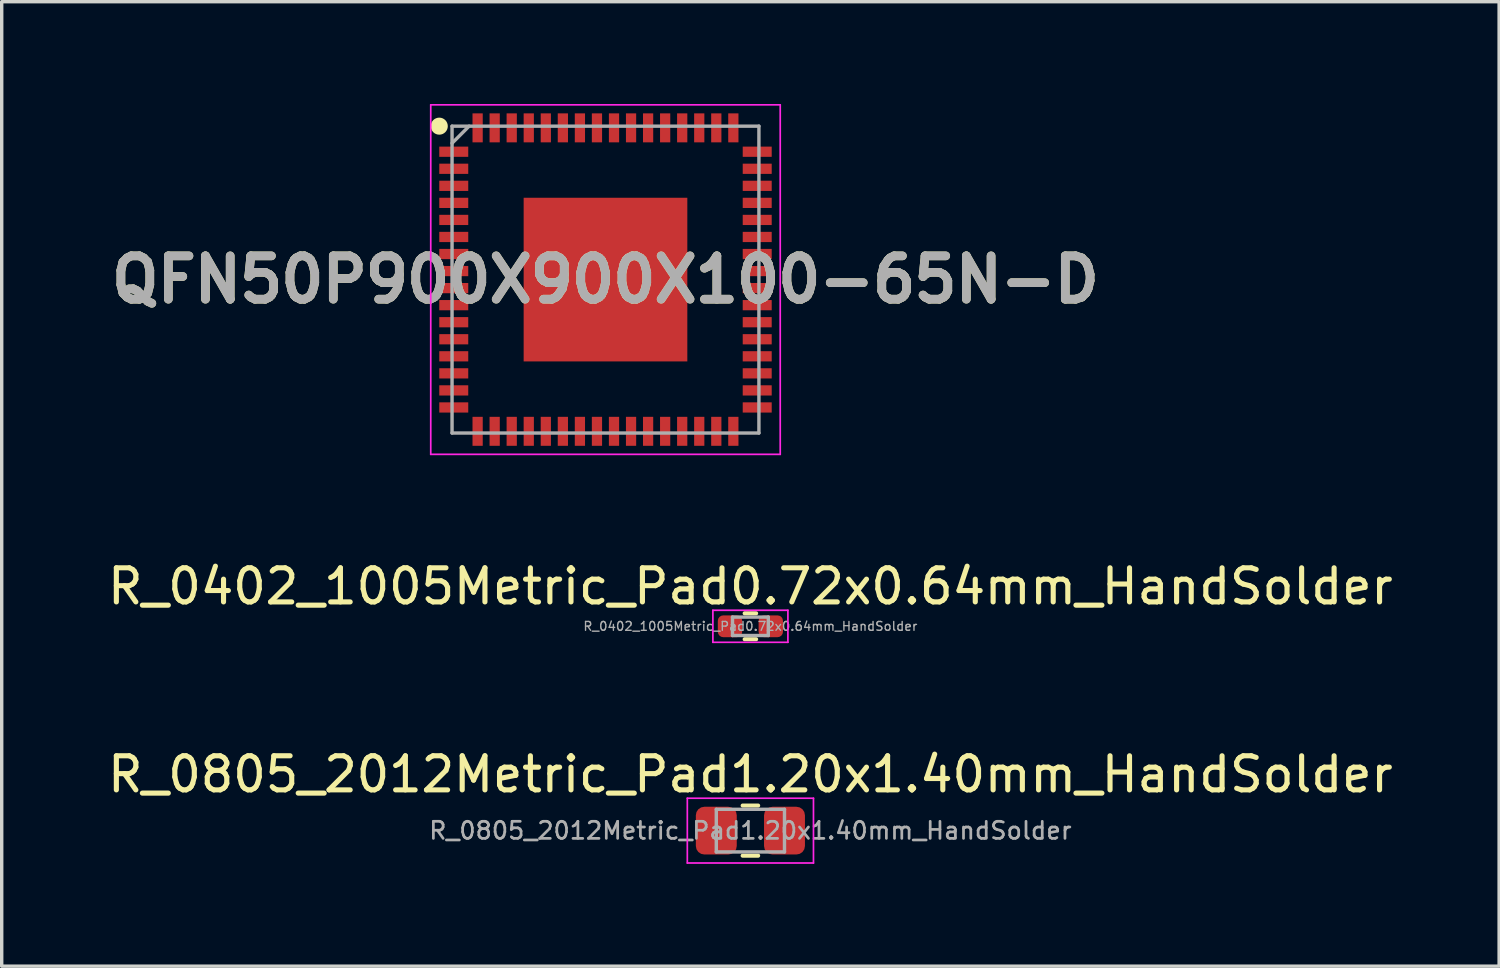
<source format=kicad_pcb>
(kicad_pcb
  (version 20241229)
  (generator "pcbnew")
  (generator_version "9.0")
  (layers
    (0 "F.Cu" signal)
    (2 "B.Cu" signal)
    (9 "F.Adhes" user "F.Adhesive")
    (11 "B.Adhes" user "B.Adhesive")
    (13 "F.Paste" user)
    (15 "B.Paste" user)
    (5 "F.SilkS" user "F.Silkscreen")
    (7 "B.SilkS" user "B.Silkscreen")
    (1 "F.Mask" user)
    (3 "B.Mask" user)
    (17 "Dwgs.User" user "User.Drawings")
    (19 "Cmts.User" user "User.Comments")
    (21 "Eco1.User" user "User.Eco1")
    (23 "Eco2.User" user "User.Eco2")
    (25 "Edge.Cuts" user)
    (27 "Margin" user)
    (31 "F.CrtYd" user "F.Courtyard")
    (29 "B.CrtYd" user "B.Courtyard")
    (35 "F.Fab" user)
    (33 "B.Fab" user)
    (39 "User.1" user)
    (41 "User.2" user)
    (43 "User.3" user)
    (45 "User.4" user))
  (footprint "R_0805_2012Metric_Pad1.20x1.40mm_HandSolder"
    (layer "F.Cu")
    (at 18.958 21.311)
    (property "Reference" "R_0805_2012Metric_Pad1.20x1.40mm_HandSolder" (at 0 -1.65 0) (layer "F.SilkS") (effects (font (size 1 1) (thickness 0.15))))
    (attr smd)
    (fp_line (start -0.227 -0.735) (end 0.227 -0.735) (stroke (width 0.12) (type solid)) (layer "F.SilkS"))
    (fp_line (start -0.227 0.735) (end 0.227 0.735) (stroke (width 0.12) (type solid)) (layer "F.SilkS"))
    (fp_line (start -1.85 -0.95) (end 1.85 -0.95) (stroke (width 0.05) (type solid)) (layer "F.CrtYd"))
    (fp_line (start -1.85 0.95) (end -1.85 -0.95) (stroke (width 0.05) (type solid)) (layer "F.CrtYd"))
    (fp_line (start 1.85 -0.95) (end 1.85 0.95) (stroke (width 0.05) (type solid)) (layer "F.CrtYd"))
    (fp_line (start 1.85 0.95) (end -1.85 0.95) (stroke (width 0.05) (type solid)) (layer "F.CrtYd"))
    (fp_line (start -1 -0.625) (end 1 -0.625) (stroke (width 0.1) (type solid)) (layer "F.Fab"))
    (fp_line (start -1 0.625) (end -1 -0.625) (stroke (width 0.1) (type solid)) (layer "F.Fab"))
    (fp_line (start 1 -0.625) (end 1 0.625) (stroke (width 0.1) (type solid)) (layer "F.Fab"))
    (fp_line (start 1 0.625) (end -1 0.625) (stroke (width 0.1) (type solid)) (layer "F.Fab"))
    (fp_text user "${REFERENCE}" (at 0 0 0) (layer "F.Fab") (effects (font (size 0.5 0.5) (thickness 0.08))))
    (pad "1" smd roundrect (at -1 0) (size 1.2 1.4) (layers "F.Cu" "F.Mask" "F.Paste") (roundrect_rratio 0.208))
    (pad "2" smd roundrect (at 1 0) (size 1.2 1.4) (layers "F.Cu" "F.Mask" "F.Paste") (roundrect_rratio 0.208)))
  (footprint "R_0402_1005Metric_Pad0.72x0.64mm_HandSolder"
    (layer "F.Cu")
    (at 18.958 15.318)
    (property "Reference" "R_0402_1005Metric_Pad0.72x0.64mm_HandSolder" (at 0 -1.17 0) (layer "F.SilkS") (effects (font (size 1 1) (thickness 0.15))))
    (attr smd)
    (fp_line (start -0.168 -0.38) (end 0.168 -0.38) (stroke (width 0.12) (type solid)) (layer "F.SilkS"))
    (fp_line (start -0.168 0.38) (end 0.168 0.38) (stroke (width 0.12) (type solid)) (layer "F.SilkS"))
    (fp_line (start -1.1 -0.47) (end 1.1 -0.47) (stroke (width 0.05) (type solid)) (layer "F.CrtYd"))
    (fp_line (start -1.1 0.47) (end -1.1 -0.47) (stroke (width 0.05) (type solid)) (layer "F.CrtYd"))
    (fp_line (start 1.1 -0.47) (end 1.1 0.47) (stroke (width 0.05) (type solid)) (layer "F.CrtYd"))
    (fp_line (start 1.1 0.47) (end -1.1 0.47) (stroke (width 0.05) (type solid)) (layer "F.CrtYd"))
    (fp_line (start -0.525 -0.27) (end 0.525 -0.27) (stroke (width 0.1) (type solid)) (layer "F.Fab"))
    (fp_line (start -0.525 0.27) (end -0.525 -0.27) (stroke (width 0.1) (type solid)) (layer "F.Fab"))
    (fp_line (start 0.525 -0.27) (end 0.525 0.27) (stroke (width 0.1) (type solid)) (layer "F.Fab"))
    (fp_line (start 0.525 0.27) (end -0.525 0.27) (stroke (width 0.1) (type solid)) (layer "F.Fab"))
    (fp_text user "${REFERENCE}" (at 0 0 0) (layer "F.Fab") (effects (font (size 0.26 0.26) (thickness 0.04))))
    (pad "1" smd roundrect (at -0.598 0) (size 0.715 0.64) (layers "F.Cu" "F.Mask" "F.Paste") (roundrect_rratio 0.25))
    (pad "2" smd roundrect (at 0.598 0) (size 0.715 0.64) (layers "F.Cu" "F.Mask" "F.Paste") (roundrect_rratio 0.25)))
  (footprint "QFN50P900X900X100-65N-D"
    (layer "F.Cu")
    (at 14.708 5.15)
    (property "Reference" "QFN50P900X900X100-65N-D" (at 0 0 0) (layer "F.SilkS") (effects (font (size 1.27 1.27) (thickness 0.254))))
    (attr smd)
    (fp_circle (center -4.875 -4.5) (end -4.875 -4.375) (stroke (width 0.25) (type solid)) (fill no) (layer "F.SilkS"))
    (fp_line (start -5.125 -5.125) (end 5.125 -5.125) (stroke (width 0.05) (type solid)) (layer "F.CrtYd"))
    (fp_line (start -5.125 5.125) (end -5.125 -5.125) (stroke (width 0.05) (type solid)) (layer "F.CrtYd"))
    (fp_line (start 5.125 -5.125) (end 5.125 5.125) (stroke (width 0.05) (type solid)) (layer "F.CrtYd"))
    (fp_line (start 5.125 5.125) (end -5.125 5.125) (stroke (width 0.05) (type solid)) (layer "F.CrtYd"))
    (fp_line (start -4.5 -4.5) (end 4.5 -4.5) (stroke (width 0.1) (type solid)) (layer "F.Fab"))
    (fp_line (start -4.5 -4) (end -4 -4.5) (stroke (width 0.1) (type solid)) (layer "F.Fab"))
    (fp_line (start -4.5 4.5) (end -4.5 -4.5) (stroke (width 0.1) (type solid)) (layer "F.Fab"))
    (fp_line (start 4.5 -4.5) (end 4.5 4.5) (stroke (width 0.1) (type solid)) (layer "F.Fab"))
    (fp_line (start 4.5 4.5) (end -4.5 4.5) (stroke (width 0.1) (type solid)) (layer "F.Fab"))
    (fp_text user "${REFERENCE}" (at 0 0 0) (layer "F.Fab") (effects (font (size 1.27 1.27) (thickness 0.254))))
    (pad "1" smd rect (at -4.45 -3.75 90) (size 0.3 0.85) (layers "F.Cu" "F.Mask" "F.Paste"))
    (pad "2" smd rect (at -4.45 -3.25 90) (size 0.3 0.85) (layers "F.Cu" "F.Mask" "F.Paste"))
    (pad "3" smd rect (at -4.45 -2.75 90) (size 0.3 0.85) (layers "F.Cu" "F.Mask" "F.Paste"))
    (pad "4" smd rect (at -4.45 -2.25 90) (size 0.3 0.85) (layers "F.Cu" "F.Mask" "F.Paste"))
    (pad "5" smd rect (at -4.45 -1.75 90) (size 0.3 0.85) (layers "F.Cu" "F.Mask" "F.Paste"))
    (pad "6" smd rect (at -4.45 -1.25 90) (size 0.3 0.85) (layers "F.Cu" "F.Mask" "F.Paste"))
    (pad "7" smd rect (at -4.45 -0.75 90) (size 0.3 0.85) (layers "F.Cu" "F.Mask" "F.Paste"))
    (pad "8" smd rect (at -4.45 -0.25 90) (size 0.3 0.85) (layers "F.Cu" "F.Mask" "F.Paste"))
    (pad "9" smd rect (at -4.45 0.25 90) (size 0.3 0.85) (layers "F.Cu" "F.Mask" "F.Paste"))
    (pad "10" smd rect (at -4.45 0.75 90) (size 0.3 0.85) (layers "F.Cu" "F.Mask" "F.Paste"))
    (pad "11" smd rect (at -4.45 1.25 90) (size 0.3 0.85) (layers "F.Cu" "F.Mask" "F.Paste"))
    (pad "12" smd rect (at -4.45 1.75 90) (size 0.3 0.85) (layers "F.Cu" "F.Mask" "F.Paste"))
    (pad "13" smd rect (at -4.45 2.25 90) (size 0.3 0.85) (layers "F.Cu" "F.Mask" "F.Paste"))
    (pad "14" smd rect (at -4.45 2.75 90) (size 0.3 0.85) (layers "F.Cu" "F.Mask" "F.Paste"))
    (pad "15" smd rect (at -4.45 3.25 90) (size 0.3 0.85) (layers "F.Cu" "F.Mask" "F.Paste"))
    (pad "16" smd rect (at -4.45 3.75 90) (size 0.3 0.85) (layers "F.Cu" "F.Mask" "F.Paste"))
    (pad "17" smd rect (at -3.75 4.45) (size 0.3 0.85) (layers "F.Cu" "F.Mask" "F.Paste"))
    (pad "18" smd rect (at -3.25 4.45) (size 0.3 0.85) (layers "F.Cu" "F.Mask" "F.Paste"))
    (pad "19" smd rect (at -2.75 4.45) (size 0.3 0.85) (layers "F.Cu" "F.Mask" "F.Paste"))
    (pad "20" smd rect (at -2.25 4.45) (size 0.3 0.85) (layers "F.Cu" "F.Mask" "F.Paste"))
    (pad "21" smd rect (at -1.75 4.45) (size 0.3 0.85) (layers "F.Cu" "F.Mask" "F.Paste"))
    (pad "22" smd rect (at -1.25 4.45) (size 0.3 0.85) (layers "F.Cu" "F.Mask" "F.Paste"))
    (pad "23" smd rect (at -0.75 4.45) (size 0.3 0.85) (layers "F.Cu" "F.Mask" "F.Paste"))
    (pad "24" smd rect (at -0.25 4.45) (size 0.3 0.85) (layers "F.Cu" "F.Mask" "F.Paste"))
    (pad "25" smd rect (at 0.25 4.45) (size 0.3 0.85) (layers "F.Cu" "F.Mask" "F.Paste"))
    (pad "26" smd rect (at 0.75 4.45) (size 0.3 0.85) (layers "F.Cu" "F.Mask" "F.Paste"))
    (pad "27" smd rect (at 1.25 4.45) (size 0.3 0.85) (layers "F.Cu" "F.Mask" "F.Paste"))
    (pad "28" smd rect (at 1.75 4.45) (size 0.3 0.85) (layers "F.Cu" "F.Mask" "F.Paste"))
    (pad "29" smd rect (at 2.25 4.45) (size 0.3 0.85) (layers "F.Cu" "F.Mask" "F.Paste"))
    (pad "30" smd rect (at 2.75 4.45) (size 0.3 0.85) (layers "F.Cu" "F.Mask" "F.Paste"))
    (pad "31" smd rect (at 3.25 4.45) (size 0.3 0.85) (layers "F.Cu" "F.Mask" "F.Paste"))
    (pad "32" smd rect (at 3.75 4.45) (size 0.3 0.85) (layers "F.Cu" "F.Mask" "F.Paste"))
    (pad "33" smd rect (at 4.45 3.75 90) (size 0.3 0.85) (layers "F.Cu" "F.Mask" "F.Paste"))
    (pad "34" smd rect (at 4.45 3.25 90) (size 0.3 0.85) (layers "F.Cu" "F.Mask" "F.Paste"))
    (pad "35" smd rect (at 4.45 2.75 90) (size 0.3 0.85) (layers "F.Cu" "F.Mask" "F.Paste"))
    (pad "36" smd rect (at 4.45 2.25 90) (size 0.3 0.85) (layers "F.Cu" "F.Mask" "F.Paste"))
    (pad "37" smd rect (at 4.45 1.75 90) (size 0.3 0.85) (layers "F.Cu" "F.Mask" "F.Paste"))
    (pad "38" smd rect (at 4.45 1.25 90) (size 0.3 0.85) (layers "F.Cu" "F.Mask" "F.Paste"))
    (pad "39" smd rect (at 4.45 0.75 90) (size 0.3 0.85) (layers "F.Cu" "F.Mask" "F.Paste"))
    (pad "40" smd rect (at 4.45 0.25 90) (size 0.3 0.85) (layers "F.Cu" "F.Mask" "F.Paste"))
    (pad "41" smd rect (at 4.45 -0.25 90) (size 0.3 0.85) (layers "F.Cu" "F.Mask" "F.Paste"))
    (pad "42" smd rect (at 4.45 -0.75 90) (size 0.3 0.85) (layers "F.Cu" "F.Mask" "F.Paste"))
    (pad "43" smd rect (at 4.45 -1.25 90) (size 0.3 0.85) (layers "F.Cu" "F.Mask" "F.Paste"))
    (pad "44" smd rect (at 4.45 -1.75 90) (size 0.3 0.85) (layers "F.Cu" "F.Mask" "F.Paste"))
    (pad "45" smd rect (at 4.45 -2.25 90) (size 0.3 0.85) (layers "F.Cu" "F.Mask" "F.Paste"))
    (pad "46" smd rect (at 4.45 -2.75 90) (size 0.3 0.85) (layers "F.Cu" "F.Mask" "F.Paste"))
    (pad "47" smd rect (at 4.45 -3.25 90) (size 0.3 0.85) (layers "F.Cu" "F.Mask" "F.Paste"))
    (pad "48" smd rect (at 4.45 -3.75 90) (size 0.3 0.85) (layers "F.Cu" "F.Mask" "F.Paste"))
    (pad "49" smd rect (at 3.75 -4.45) (size 0.3 0.85) (layers "F.Cu" "F.Mask" "F.Paste"))
    (pad "50" smd rect (at 3.25 -4.45) (size 0.3 0.85) (layers "F.Cu" "F.Mask" "F.Paste"))
    (pad "51" smd rect (at 2.75 -4.45) (size 0.3 0.85) (layers "F.Cu" "F.Mask" "F.Paste"))
    (pad "52" smd rect (at 2.25 -4.45) (size 0.3 0.85) (layers "F.Cu" "F.Mask" "F.Paste"))
    (pad "53" smd rect (at 1.75 -4.45) (size 0.3 0.85) (layers "F.Cu" "F.Mask" "F.Paste"))
    (pad "54" smd rect (at 1.25 -4.45) (size 0.3 0.85) (layers "F.Cu" "F.Mask" "F.Paste"))
    (pad "55" smd rect (at 0.75 -4.45) (size 0.3 0.85) (layers "F.Cu" "F.Mask" "F.Paste"))
    (pad "56" smd rect (at 0.25 -4.45) (size 0.3 0.85) (layers "F.Cu" "F.Mask" "F.Paste"))
    (pad "57" smd rect (at -0.25 -4.45) (size 0.3 0.85) (layers "F.Cu" "F.Mask" "F.Paste"))
    (pad "58" smd rect (at -0.75 -4.45) (size 0.3 0.85) (layers "F.Cu" "F.Mask" "F.Paste"))
    (pad "59" smd rect (at -1.25 -4.45) (size 0.3 0.85) (layers "F.Cu" "F.Mask" "F.Paste"))
    (pad "60" smd rect (at -1.75 -4.45) (size 0.3 0.85) (layers "F.Cu" "F.Mask" "F.Paste"))
    (pad "61" smd rect (at -2.25 -4.45) (size 0.3 0.85) (layers "F.Cu" "F.Mask" "F.Paste"))
    (pad "62" smd rect (at -2.75 -4.45) (size 0.3 0.85) (layers "F.Cu" "F.Mask" "F.Paste"))
    (pad "63" smd rect (at -3.25 -4.45) (size 0.3 0.85) (layers "F.Cu" "F.Mask" "F.Paste"))
    (pad "64" smd rect (at -3.75 -4.45) (size 0.3 0.85) (layers "F.Cu" "F.Mask" "F.Paste"))
    (pad "65" smd rect (at 0 0) (size 4.8 4.8) (layers "F.Cu" "F.Mask" "F.Paste")))
  (gr_rect
    (start -3 -3)
    (end 40.917 25.287)
    (stroke (width 0.1) (type default))
    (fill no)
    (layer "Edge.Cuts")))
</source>
